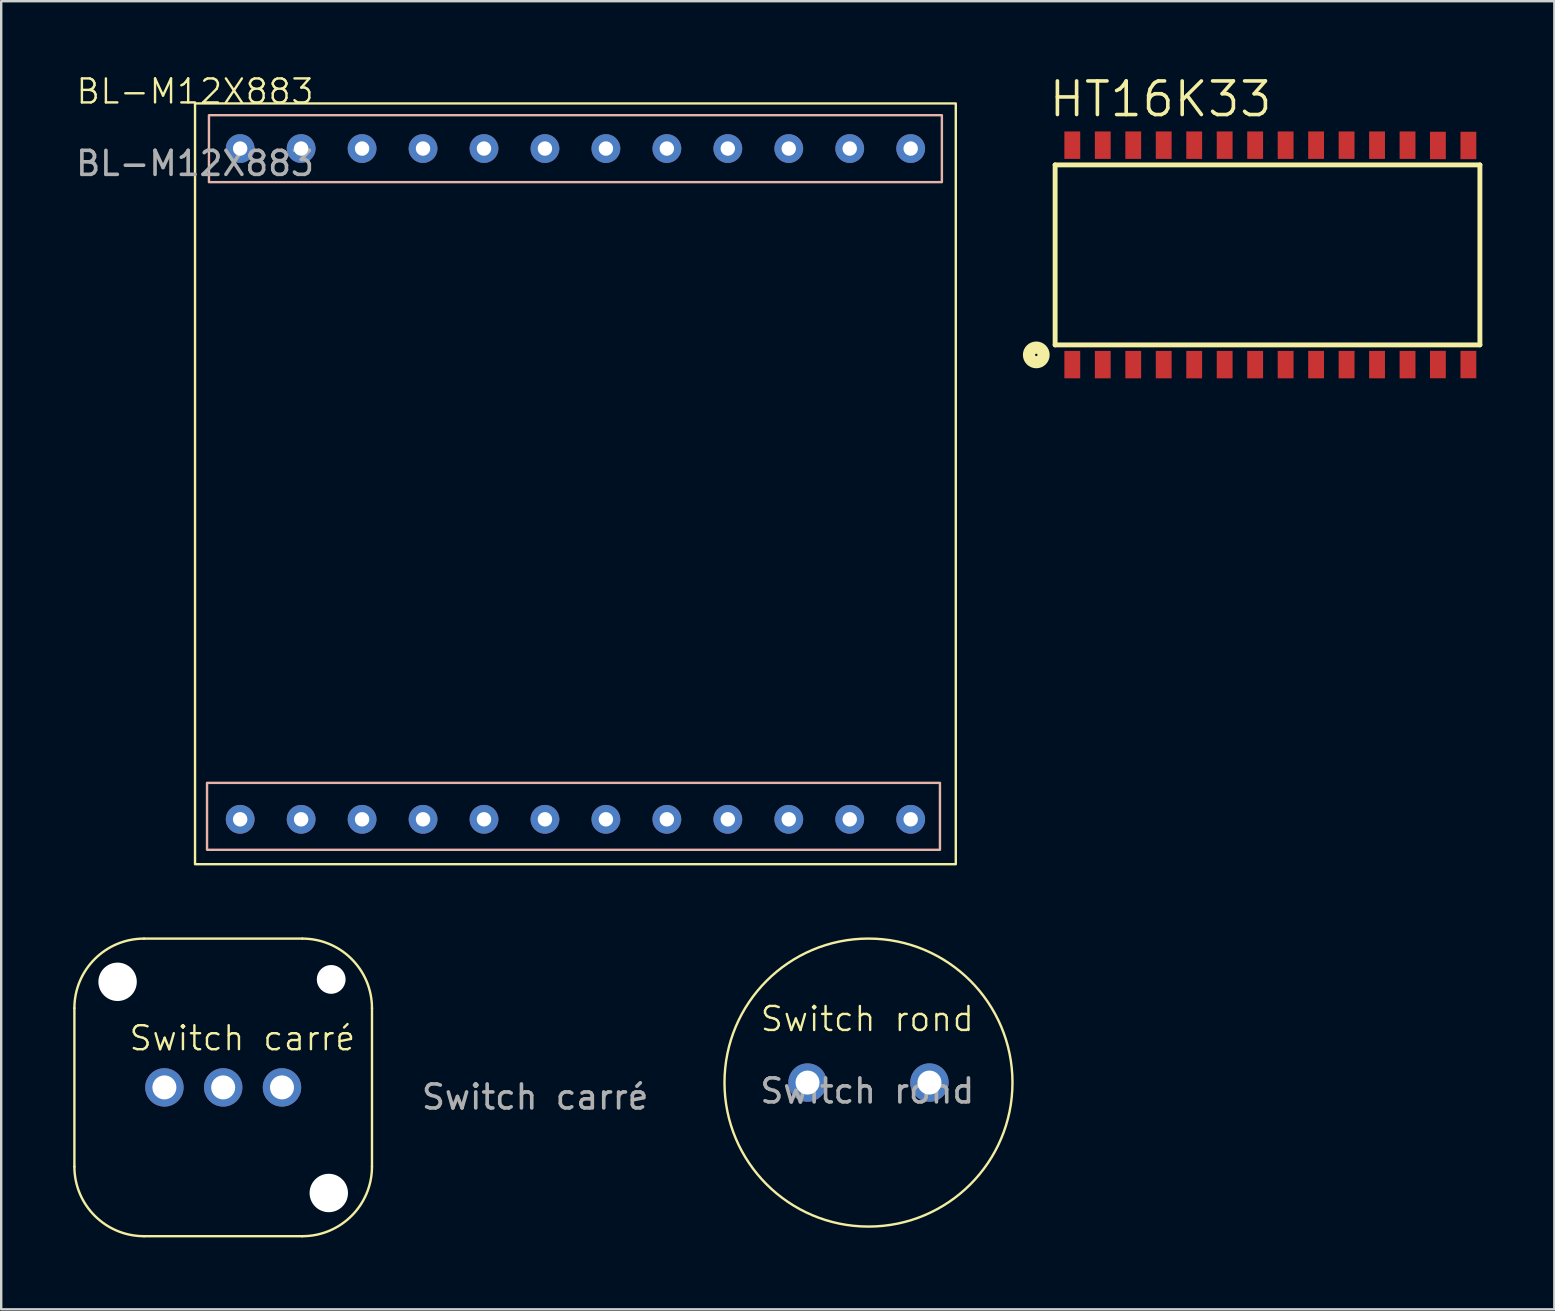
<source format=kicad_pcb>
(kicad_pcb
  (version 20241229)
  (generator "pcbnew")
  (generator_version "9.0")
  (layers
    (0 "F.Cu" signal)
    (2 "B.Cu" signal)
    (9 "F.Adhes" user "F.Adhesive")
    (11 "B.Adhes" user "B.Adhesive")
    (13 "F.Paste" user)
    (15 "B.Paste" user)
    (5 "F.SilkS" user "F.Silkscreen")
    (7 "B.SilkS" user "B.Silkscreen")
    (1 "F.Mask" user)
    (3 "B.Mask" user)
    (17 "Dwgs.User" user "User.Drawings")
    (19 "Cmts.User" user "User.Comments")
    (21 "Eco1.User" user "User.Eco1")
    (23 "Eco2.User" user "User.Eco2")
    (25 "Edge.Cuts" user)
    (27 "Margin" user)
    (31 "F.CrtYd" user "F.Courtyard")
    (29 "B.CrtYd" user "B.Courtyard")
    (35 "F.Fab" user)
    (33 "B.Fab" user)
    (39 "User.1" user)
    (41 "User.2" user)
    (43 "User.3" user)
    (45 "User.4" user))
  (footprint "BL-M12X883"
    (layer "F.Cu")
    (at 5.077 1.26)
    (property "Reference" "BL-M12X883" (at 0 -0.5 0) (unlocked yes) (layer "F.SilkS") (effects (font (size 1 1) (thickness 0.1))))
    (attr through_hole)
    (fp_rect (start 0 0) (end 31.7 31.7) (stroke (width 0.1) (type default)) (fill no) (layer "F.SilkS"))
    (fp_rect (start 0.5 28.31) (end 31.04 31.1) (stroke (width 0.1) (type default)) (fill no) (layer "B.SilkS"))
    (fp_rect (start 0.58 0.49) (end 31.12 3.28) (stroke (width 0.1) (type default)) (fill no) (layer "B.SilkS"))
    (fp_text user "${REFERENCE}" (at 0 2.5 0) (unlocked yes) (layer "F.Fab") (effects (font (size 1 1) (thickness 0.15))))
    (pad "1" thru_hole circle (at 1.88 1.88) (size 1.2 1.2) (drill 0.6) (layers "*.Cu" "*.Mask"))
    (pad "1" thru_hole circle (at 1.88 29.83) (size 1.2 1.2) (drill 0.6) (layers "*.Cu" "*.Mask"))
    (pad "1" thru_hole circle (at 6.96 1.88) (size 1.2 1.2) (drill 0.6) (layers "*.Cu" "*.Mask"))
    (pad "1" thru_hole circle (at 6.96 29.83) (size 1.2 1.2) (drill 0.6) (layers "*.Cu" "*.Mask"))
    (pad "1" thru_hole circle (at 12.04 1.88) (size 1.2 1.2) (drill 0.6) (layers "*.Cu" "*.Mask"))
    (pad "1" thru_hole circle (at 12.04 29.83) (size 1.2 1.2) (drill 0.6) (layers "*.Cu" "*.Mask"))
    (pad "1" thru_hole circle (at 17.12 1.88) (size 1.2 1.2) (drill 0.6) (layers "*.Cu" "*.Mask"))
    (pad "1" thru_hole circle (at 17.12 29.83) (size 1.2 1.2) (drill 0.6) (layers "*.Cu" "*.Mask"))
    (pad "1" thru_hole circle (at 22.2 1.88) (size 1.2 1.2) (drill 0.6) (layers "*.Cu" "*.Mask"))
    (pad "1" thru_hole circle (at 22.2 29.83) (size 1.2 1.2) (drill 0.6) (layers "*.Cu" "*.Mask"))
    (pad "1" thru_hole circle (at 27.28 1.88) (size 1.2 1.2) (drill 0.6) (layers "*.Cu" "*.Mask"))
    (pad "1" thru_hole circle (at 27.28 29.83) (size 1.2 1.2) (drill 0.6) (layers "*.Cu" "*.Mask"))
    (pad "2" thru_hole circle (at 4.42 1.88) (size 1.2 1.2) (drill 0.6) (layers "*.Cu" "*.Mask"))
    (pad "2" thru_hole circle (at 4.42 29.83) (size 1.2 1.2) (drill 0.6) (layers "*.Cu" "*.Mask"))
    (pad "2" thru_hole circle (at 9.5 1.88) (size 1.2 1.2) (drill 0.6) (layers "*.Cu" "*.Mask"))
    (pad "2" thru_hole circle (at 9.5 29.83) (size 1.2 1.2) (drill 0.6) (layers "*.Cu" "*.Mask"))
    (pad "2" thru_hole circle (at 14.58 1.88) (size 1.2 1.2) (drill 0.6) (layers "*.Cu" "*.Mask"))
    (pad "2" thru_hole circle (at 14.58 29.83) (size 1.2 1.2) (drill 0.6) (layers "*.Cu" "*.Mask"))
    (pad "2" thru_hole circle (at 19.66 1.88) (size 1.2 1.2) (drill 0.6) (layers "*.Cu" "*.Mask"))
    (pad "2" thru_hole circle (at 19.66 29.83) (size 1.2 1.2) (drill 0.6) (layers "*.Cu" "*.Mask"))
    (pad "2" thru_hole circle (at 24.74 1.88) (size 1.2 1.2) (drill 0.6) (layers "*.Cu" "*.Mask"))
    (pad "2" thru_hole circle (at 24.74 29.83) (size 1.2 1.2) (drill 0.6) (layers "*.Cu" "*.Mask"))
    (pad "2" thru_hole circle (at 29.82 1.88) (size 1.2 1.2) (drill 0.6) (layers "*.Cu" "*.Mask"))
    (pad "2" thru_hole circle (at 29.82 29.83) (size 1.2 1.2) (drill 0.6) (layers "*.Cu" "*.Mask")))
  (footprint "Switch rond"
    (layer "F.Cu")
    (at 33.089 39.91)
    (property "Reference" "Switch rond" (at 0 -0.5 0) (unlocked yes) (layer "F.SilkS") (effects (font (size 1 1) (thickness 0.1))))
    (attr through_hole)
    (fp_circle (center 0.05 2.15) (end 6.05 2.15) (stroke (width 0.1) (type default)) (fill no) (layer "F.SilkS"))
    (fp_text user "${REFERENCE}" (at 0 2.5 0) (unlocked yes) (layer "F.Fab") (effects (font (size 1 1) (thickness 0.15))))
    (pad "1" thru_hole circle (at -2.49 2.15) (size 1.6 1.6) (drill 1) (layers "*.Cu" "*.Mask"))
    (pad "2" thru_hole circle (at 2.59 2.15) (size 1.6 1.6) (drill 1) (layers "*.Cu" "*.Mask")))
  (footprint "HT16K33"
    (layer "F.Cu")
    (at 48.616 7.571)
    (property "Reference" "HT16K33" (at -3.305 -6.489 180) (layer "F.SilkS") (effects (font (size 1.4 1.4) (thickness 0.15))))
    (attr smd)
    (fp_line (start -7.7 -3.75) (end 10 -3.75) (stroke (width 0.203) (type solid)) (layer "F.SilkS"))
    (fp_line (start -7.7 3.75) (end -7.7 -3.75) (stroke (width 0.203) (type solid)) (layer "F.SilkS"))
    (fp_line (start 10 -3.75) (end 10 3.75) (stroke (width 0.203) (type solid)) (layer "F.SilkS"))
    (fp_line (start 10 3.75) (end -7.7 3.75) (stroke (width 0.203) (type solid)) (layer "F.SilkS"))
    (fp_circle (center -8.485 4.167) (end -8.435 4.167) (stroke (width 0.508) (type solid)) (fill no) (layer "F.SilkS"))
    (pad "1" smd rect (at -6.985 4.572) (size 0.66 1.143) (layers "F.Cu" "F.Mask" "F.Paste"))
    (pad "2" smd rect (at -5.715 4.572) (size 0.66 1.143) (layers "F.Cu" "F.Mask" "F.Paste"))
    (pad "3" smd rect (at -4.445 4.572) (size 0.66 1.143) (layers "F.Cu" "F.Mask" "F.Paste"))
    (pad "4" smd rect (at -3.175 4.572) (size 0.66 1.143) (layers "F.Cu" "F.Mask" "F.Paste"))
    (pad "5" smd rect (at -1.905 4.572) (size 0.66 1.143) (layers "F.Cu" "F.Mask" "F.Paste"))
    (pad "6" smd rect (at -0.635 4.572) (size 0.66 1.143) (layers "F.Cu" "F.Mask" "F.Paste"))
    (pad "7" smd rect (at 0.635 4.572) (size 0.66 1.143) (layers "F.Cu" "F.Mask" "F.Paste"))
    (pad "8" smd rect (at 1.905 4.572) (size 0.66 1.143) (layers "F.Cu" "F.Mask" "F.Paste"))
    (pad "9" smd rect (at 3.175 4.572) (size 0.66 1.143) (layers "F.Cu" "F.Mask" "F.Paste"))
    (pad "10" smd rect (at 4.445 4.572) (size 0.66 1.143) (layers "F.Cu" "F.Mask" "F.Paste"))
    (pad "11" smd rect (at 5.715 4.572) (size 0.66 1.143) (layers "F.Cu" "F.Mask" "F.Paste"))
    (pad "12" smd rect (at 6.985 4.572) (size 0.66 1.143) (layers "F.Cu" "F.Mask" "F.Paste"))
    (pad "13" smd rect (at 8.25 4.57) (size 0.66 1.143) (layers "F.Cu" "F.Mask" "F.Paste"))
    (pad "14" smd rect (at 9.52 4.57) (size 0.66 1.143) (layers "F.Cu" "F.Mask" "F.Paste"))
    (pad "15" smd rect (at 9.52 -4.56) (size 0.66 1.143) (layers "F.Cu" "F.Mask" "F.Paste"))
    (pad "16" smd rect (at 8.25 -4.56) (size 0.66 1.143) (layers "F.Cu" "F.Mask" "F.Paste"))
    (pad "17" smd rect (at 6.985 -4.572) (size 0.66 1.143) (layers "F.Cu" "F.Mask" "F.Paste"))
    (pad "18" smd rect (at 5.715 -4.572) (size 0.66 1.143) (layers "F.Cu" "F.Mask" "F.Paste"))
    (pad "19" smd rect (at 4.445 -4.572) (size 0.66 1.143) (layers "F.Cu" "F.Mask" "F.Paste"))
    (pad "20" smd rect (at 3.175 -4.572) (size 0.66 1.143) (layers "F.Cu" "F.Mask" "F.Paste"))
    (pad "21" smd rect (at 1.905 -4.572) (size 0.66 1.143) (layers "F.Cu" "F.Mask" "F.Paste"))
    (pad "22" smd rect (at 0.635 -4.572) (size 0.66 1.143) (layers "F.Cu" "F.Mask" "F.Paste"))
    (pad "23" smd rect (at -0.635 -4.572) (size 0.66 1.143) (layers "F.Cu" "F.Mask" "F.Paste"))
    (pad "24" smd rect (at -1.905 -4.572) (size 0.66 1.143) (layers "F.Cu" "F.Mask" "F.Paste"))
    (pad "25" smd rect (at -3.175 -4.572) (size 0.66 1.143) (layers "F.Cu" "F.Mask" "F.Paste"))
    (pad "26" smd rect (at -4.445 -4.572) (size 0.66 1.143) (layers "F.Cu" "F.Mask" "F.Paste"))
    (pad "27" smd rect (at -5.715 -4.572) (size 0.66 1.143) (layers "F.Cu" "F.Mask" "F.Paste"))
    (pad "28" smd rect (at -6.985 -4.572) (size 0.66 1.143) (layers "F.Cu" "F.Mask" "F.Paste")))
  (footprint "Switch carré"
    (layer "F.Cu")
    (at 7.05 42.461)
    (property "Reference" "Switch carré" (at 0 -2.25 0) (unlocked yes) (layer "F.SilkS") (effects (font (size 1 1) (thickness 0.1))))
    (attr through_hole)
    (fp_line (start -7 3.1) (end -7 -3.5) (stroke (width 0.1) (type default)) (layer "F.SilkS"))
    (fp_line (start -4.1 -6.4) (end 2.5 -6.4) (stroke (width 0.1) (type default)) (layer "F.SilkS"))
    (fp_line (start 2.5 6) (end -4.1 6) (stroke (width 0.1) (type default)) (layer "F.SilkS"))
    (fp_line (start 5.4 -3.5) (end 5.4 3.1) (stroke (width 0.1) (type default)) (layer "F.SilkS"))
    (fp_arc (start -6.999998 -3.5) (mid -6.150608 -5.55061) (end -4.099998 -6.4) (stroke (width 0.1) (type default)) (layer "F.SilkS"))
    (fp_arc (start -4.099998 5.999998) (mid -6.150608 5.150608) (end -6.999998 3.099998) (stroke (width 0.1) (type default)) (layer "F.SilkS"))
    (fp_arc (start 2.5 -6.4) (mid 4.55061 -5.55061) (end 5.4 -3.5) (stroke (width 0.1) (type default)) (layer "F.SilkS"))
    (fp_arc (start 5.4 3.099998) (mid 4.55061 5.150608) (end 2.5 5.999998) (stroke (width 0.1) (type default)) (layer "F.SilkS"))
    (fp_text user "${REFERENCE}" (at 12.2 0.2 0) (unlocked yes) (layer "F.Fab") (effects (font (size 1 1) (thickness 0.15))))
    (pad "" np_thru_hole circle (at -5.2 -4.6) (size 1.6 1.6) (drill 1.6) (layers "*.Cu" "*.Mask"))
    (pad "" np_thru_hole circle (at 3.6 4.2) (size 1.6 1.6) (drill 1.6) (layers "*.Cu" "*.Mask"))
    (pad "" np_thru_hole circle (at 3.7 -4.7) (size 1.2 1.2) (drill 1.2) (layers "*.Cu" "*.Mask"))
    (pad "1" thru_hole circle (at -3.25 -0.2) (size 1.6 1.6) (drill 1) (layers "*.Cu" "*.Mask"))
    (pad "2" thru_hole circle (at -0.8 -0.2) (size 1.6 1.6) (drill 1) (layers "*.Cu" "*.Mask"))
    (pad "3" thru_hole circle (at 1.65 -0.2) (size 1.6 1.6) (drill 1) (layers "*.Cu" "*.Mask")))
  (gr_rect
    (start -3 -3)
    (end 61.718 51.51)
    (stroke (width 0.1) (type default))
    (fill no)
    (layer "Edge.Cuts")))
</source>
